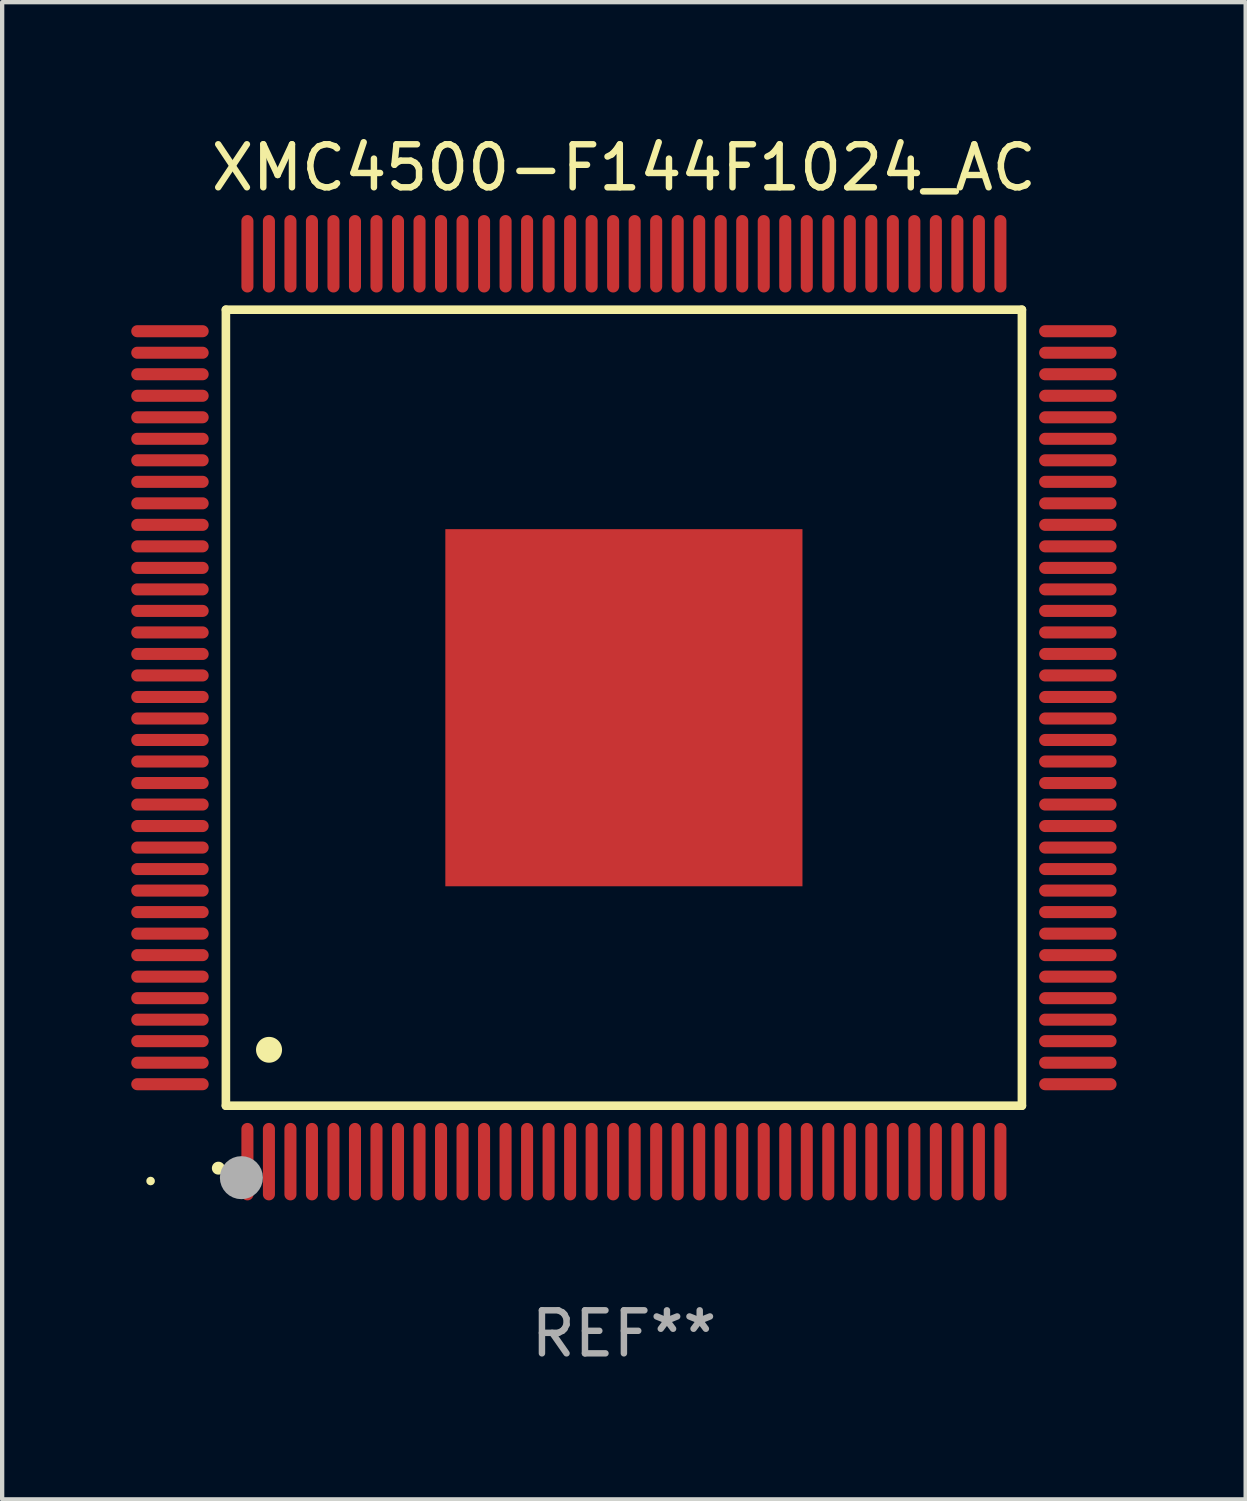
<source format=kicad_pcb>
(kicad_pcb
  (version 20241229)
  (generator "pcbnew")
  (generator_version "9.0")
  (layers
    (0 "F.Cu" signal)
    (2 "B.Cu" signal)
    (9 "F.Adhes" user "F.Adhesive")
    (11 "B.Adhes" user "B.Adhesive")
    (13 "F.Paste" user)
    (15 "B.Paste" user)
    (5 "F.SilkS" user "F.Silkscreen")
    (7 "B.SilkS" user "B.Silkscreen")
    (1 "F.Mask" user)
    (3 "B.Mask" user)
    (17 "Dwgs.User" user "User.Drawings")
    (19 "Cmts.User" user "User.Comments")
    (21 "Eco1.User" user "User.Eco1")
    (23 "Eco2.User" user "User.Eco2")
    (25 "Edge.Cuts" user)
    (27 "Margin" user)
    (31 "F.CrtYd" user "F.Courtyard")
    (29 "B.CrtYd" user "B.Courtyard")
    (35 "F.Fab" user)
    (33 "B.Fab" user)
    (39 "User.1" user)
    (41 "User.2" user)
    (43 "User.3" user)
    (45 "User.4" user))
  (footprint "XMC4500-F144F1024_AC"
    (layer "F.Cu")
    (at 11.45 13.398)
    (property "Reference" "XMC4500-F144F1024_AC" (at 0 -12.55 0) (layer "F.SilkS") (effects (font (size 1 1) (thickness 0.15))))
    (attr through_hole)
    (fp_line (start -9.25 -9.25) (end 9.25 -9.25) (stroke (width 0.2) (type solid)) (layer "F.SilkS"))
    (fp_line (start -9.25 9.25) (end -9.25 -9.25) (stroke (width 0.2) (type solid)) (layer "F.SilkS"))
    (fp_line (start 9.25 -9.25) (end 9.25 9.25) (stroke (width 0.2) (type solid)) (layer "F.SilkS"))
    (fp_line (start 9.25 9.25) (end -9.25 9.25) (stroke (width 0.2) (type solid)) (layer "F.SilkS"))
    (fp_arc (start -9.425959 10.701041) (mid -9.424689 10.701036) (end -9.423419 10.701041) (stroke (width 0.3) (type solid)) (layer "F.SilkS"))
    (fp_arc (start -8.249936 7.950216) (mid -8.247396 7.950205) (end -8.244856 7.950216) (stroke (width 0.6) (type solid)) (layer "F.SilkS"))
    (fp_circle (center -11 11) (end -10.95 11) (stroke (width 0.1) (type solid)) (fill no) (layer "F.SilkS"))
    (fp_circle (center -8.89 10.922) (end -8.64 10.922) (stroke (width 0.5) (type solid)) (fill no) (layer "F.Fab"))
    (fp_text user "REF**" (at 0 14.55 0) (layer "F.Fab") (effects (font (size 1 1) (thickness 0.15))))
    (pad "1" smd oval (at -8.75 10.55) (size 0.28 1.8) (layers "F.Cu" "F.Mask" "F.Paste"))
    (pad "2" smd oval (at -8.25 10.55) (size 0.28 1.8) (layers "F.Cu" "F.Mask" "F.Paste"))
    (pad "3" smd oval (at -7.75 10.55) (size 0.28 1.8) (layers "F.Cu" "F.Mask" "F.Paste"))
    (pad "4" smd oval (at -7.25 10.55) (size 0.28 1.8) (layers "F.Cu" "F.Mask" "F.Paste"))
    (pad "5" smd oval (at -6.75 10.55) (size 0.28 1.8) (layers "F.Cu" "F.Mask" "F.Paste"))
    (pad "6" smd oval (at -6.25 10.55) (size 0.28 1.8) (layers "F.Cu" "F.Mask" "F.Paste"))
    (pad "7" smd oval (at -5.75 10.55) (size 0.28 1.8) (layers "F.Cu" "F.Mask" "F.Paste"))
    (pad "8" smd oval (at -5.25 10.55) (size 0.28 1.8) (layers "F.Cu" "F.Mask" "F.Paste"))
    (pad "9" smd oval (at -4.75 10.55) (size 0.28 1.8) (layers "F.Cu" "F.Mask" "F.Paste"))
    (pad "10" smd oval (at -4.25 10.55) (size 0.28 1.8) (layers "F.Cu" "F.Mask" "F.Paste"))
    (pad "11" smd oval (at -3.75 10.55) (size 0.28 1.8) (layers "F.Cu" "F.Mask" "F.Paste"))
    (pad "12" smd oval (at -3.25 10.55) (size 0.28 1.8) (layers "F.Cu" "F.Mask" "F.Paste"))
    (pad "13" smd oval (at -2.75 10.55) (size 0.28 1.8) (layers "F.Cu" "F.Mask" "F.Paste"))
    (pad "14" smd oval (at -2.25 10.55) (size 0.28 1.8) (layers "F.Cu" "F.Mask" "F.Paste"))
    (pad "15" smd oval (at -1.75 10.55) (size 0.28 1.8) (layers "F.Cu" "F.Mask" "F.Paste"))
    (pad "16" smd oval (at -1.25 10.55) (size 0.28 1.8) (layers "F.Cu" "F.Mask" "F.Paste"))
    (pad "17" smd oval (at -0.75 10.55) (size 0.28 1.8) (layers "F.Cu" "F.Mask" "F.Paste"))
    (pad "18" smd oval (at -0.25 10.55) (size 0.28 1.8) (layers "F.Cu" "F.Mask" "F.Paste"))
    (pad "19" smd oval (at 0.25 10.55) (size 0.28 1.8) (layers "F.Cu" "F.Mask" "F.Paste"))
    (pad "20" smd oval (at 0.75 10.55) (size 0.28 1.8) (layers "F.Cu" "F.Mask" "F.Paste"))
    (pad "21" smd oval (at 1.25 10.55) (size 0.28 1.8) (layers "F.Cu" "F.Mask" "F.Paste"))
    (pad "22" smd oval (at 1.75 10.55) (size 0.28 1.8) (layers "F.Cu" "F.Mask" "F.Paste"))
    (pad "23" smd oval (at 2.25 10.55) (size 0.28 1.8) (layers "F.Cu" "F.Mask" "F.Paste"))
    (pad "24" smd oval (at 2.75 10.55) (size 0.28 1.8) (layers "F.Cu" "F.Mask" "F.Paste"))
    (pad "25" smd oval (at 3.25 10.55) (size 0.28 1.8) (layers "F.Cu" "F.Mask" "F.Paste"))
    (pad "26" smd oval (at 3.75 10.55) (size 0.28 1.8) (layers "F.Cu" "F.Mask" "F.Paste"))
    (pad "27" smd oval (at 4.25 10.55) (size 0.28 1.8) (layers "F.Cu" "F.Mask" "F.Paste"))
    (pad "28" smd oval (at 4.75 10.55) (size 0.28 1.8) (layers "F.Cu" "F.Mask" "F.Paste"))
    (pad "29" smd oval (at 5.25 10.55) (size 0.28 1.8) (layers "F.Cu" "F.Mask" "F.Paste"))
    (pad "30" smd oval (at 5.75 10.55) (size 0.28 1.8) (layers "F.Cu" "F.Mask" "F.Paste"))
    (pad "31" smd oval (at 6.25 10.55) (size 0.28 1.8) (layers "F.Cu" "F.Mask" "F.Paste"))
    (pad "32" smd oval (at 6.75 10.55) (size 0.28 1.8) (layers "F.Cu" "F.Mask" "F.Paste"))
    (pad "33" smd oval (at 7.25 10.55) (size 0.28 1.8) (layers "F.Cu" "F.Mask" "F.Paste"))
    (pad "34" smd oval (at 7.75 10.55) (size 0.28 1.8) (layers "F.Cu" "F.Mask" "F.Paste"))
    (pad "35" smd oval (at 8.25 10.55) (size 0.28 1.8) (layers "F.Cu" "F.Mask" "F.Paste"))
    (pad "36" smd oval (at 8.75 10.55) (size 0.28 1.8) (layers "F.Cu" "F.Mask" "F.Paste"))
    (pad "37" smd oval (at 10.55 8.75) (size 1.8 0.28) (layers "F.Cu" "F.Mask" "F.Paste"))
    (pad "38" smd oval (at 10.55 8.25) (size 1.8 0.28) (layers "F.Cu" "F.Mask" "F.Paste"))
    (pad "39" smd oval (at 10.55 7.75) (size 1.8 0.28) (layers "F.Cu" "F.Mask" "F.Paste"))
    (pad "40" smd oval (at 10.55 7.25) (size 1.8 0.28) (layers "F.Cu" "F.Mask" "F.Paste"))
    (pad "41" smd oval (at 10.55 6.75) (size 1.8 0.28) (layers "F.Cu" "F.Mask" "F.Paste"))
    (pad "42" smd oval (at 10.55 6.25) (size 1.8 0.28) (layers "F.Cu" "F.Mask" "F.Paste"))
    (pad "43" smd oval (at 10.55 5.75) (size 1.8 0.28) (layers "F.Cu" "F.Mask" "F.Paste"))
    (pad "44" smd oval (at 10.55 5.25) (size 1.8 0.28) (layers "F.Cu" "F.Mask" "F.Paste"))
    (pad "45" smd oval (at 10.55 4.75) (size 1.8 0.28) (layers "F.Cu" "F.Mask" "F.Paste"))
    (pad "46" smd oval (at 10.55 4.25) (size 1.8 0.28) (layers "F.Cu" "F.Mask" "F.Paste"))
    (pad "47" smd oval (at 10.55 3.75) (size 1.8 0.28) (layers "F.Cu" "F.Mask" "F.Paste"))
    (pad "48" smd oval (at 10.55 3.25) (size 1.8 0.28) (layers "F.Cu" "F.Mask" "F.Paste"))
    (pad "49" smd oval (at 10.55 2.75) (size 1.8 0.28) (layers "F.Cu" "F.Mask" "F.Paste"))
    (pad "50" smd oval (at 10.55 2.25) (size 1.8 0.28) (layers "F.Cu" "F.Mask" "F.Paste"))
    (pad "51" smd oval (at 10.55 1.75) (size 1.8 0.28) (layers "F.Cu" "F.Mask" "F.Paste"))
    (pad "52" smd oval (at 10.55 1.25) (size 1.8 0.28) (layers "F.Cu" "F.Mask" "F.Paste"))
    (pad "53" smd oval (at 10.55 0.75) (size 1.8 0.28) (layers "F.Cu" "F.Mask" "F.Paste"))
    (pad "54" smd oval (at 10.55 0.25) (size 1.8 0.28) (layers "F.Cu" "F.Mask" "F.Paste"))
    (pad "55" smd oval (at 10.55 -0.25) (size 1.8 0.28) (layers "F.Cu" "F.Mask" "F.Paste"))
    (pad "56" smd oval (at 10.55 -0.75) (size 1.8 0.28) (layers "F.Cu" "F.Mask" "F.Paste"))
    (pad "57" smd oval (at 10.55 -1.25) (size 1.8 0.28) (layers "F.Cu" "F.Mask" "F.Paste"))
    (pad "58" smd oval (at 10.55 -1.75) (size 1.8 0.28) (layers "F.Cu" "F.Mask" "F.Paste"))
    (pad "59" smd oval (at 10.55 -2.25) (size 1.8 0.28) (layers "F.Cu" "F.Mask" "F.Paste"))
    (pad "60" smd oval (at 10.55 -2.75) (size 1.8 0.28) (layers "F.Cu" "F.Mask" "F.Paste"))
    (pad "61" smd oval (at 10.55 -3.25) (size 1.8 0.28) (layers "F.Cu" "F.Mask" "F.Paste"))
    (pad "62" smd oval (at 10.55 -3.75) (size 1.8 0.28) (layers "F.Cu" "F.Mask" "F.Paste"))
    (pad "63" smd oval (at 10.55 -4.25) (size 1.8 0.28) (layers "F.Cu" "F.Mask" "F.Paste"))
    (pad "64" smd oval (at 10.55 -4.75) (size 1.8 0.28) (layers "F.Cu" "F.Mask" "F.Paste"))
    (pad "65" smd oval (at 10.55 -5.25) (size 1.8 0.28) (layers "F.Cu" "F.Mask" "F.Paste"))
    (pad "66" smd oval (at 10.55 -5.75) (size 1.8 0.28) (layers "F.Cu" "F.Mask" "F.Paste"))
    (pad "67" smd oval (at 10.55 -6.25) (size 1.8 0.28) (layers "F.Cu" "F.Mask" "F.Paste"))
    (pad "68" smd oval (at 10.55 -6.75) (size 1.8 0.28) (layers "F.Cu" "F.Mask" "F.Paste"))
    (pad "69" smd oval (at 10.55 -7.25) (size 1.8 0.28) (layers "F.Cu" "F.Mask" "F.Paste"))
    (pad "70" smd oval (at 10.55 -7.75) (size 1.8 0.28) (layers "F.Cu" "F.Mask" "F.Paste"))
    (pad "71" smd oval (at 10.55 -8.25) (size 1.8 0.28) (layers "F.Cu" "F.Mask" "F.Paste"))
    (pad "72" smd oval (at 10.55 -8.75) (size 1.8 0.28) (layers "F.Cu" "F.Mask" "F.Paste"))
    (pad "73" smd oval (at 8.75 -10.55) (size 0.28 1.8) (layers "F.Cu" "F.Mask" "F.Paste"))
    (pad "74" smd oval (at 8.25 -10.55) (size 0.28 1.8) (layers "F.Cu" "F.Mask" "F.Paste"))
    (pad "75" smd oval (at 7.75 -10.55) (size 0.28 1.8) (layers "F.Cu" "F.Mask" "F.Paste"))
    (pad "76" smd oval (at 7.25 -10.55) (size 0.28 1.8) (layers "F.Cu" "F.Mask" "F.Paste"))
    (pad "77" smd oval (at 6.75 -10.55) (size 0.28 1.8) (layers "F.Cu" "F.Mask" "F.Paste"))
    (pad "78" smd oval (at 6.25 -10.55) (size 0.28 1.8) (layers "F.Cu" "F.Mask" "F.Paste"))
    (pad "79" smd oval (at 5.75 -10.55) (size 0.28 1.8) (layers "F.Cu" "F.Mask" "F.Paste"))
    (pad "80" smd oval (at 5.25 -10.55) (size 0.28 1.8) (layers "F.Cu" "F.Mask" "F.Paste"))
    (pad "81" smd oval (at 4.75 -10.55) (size 0.28 1.8) (layers "F.Cu" "F.Mask" "F.Paste"))
    (pad "82" smd oval (at 4.25 -10.55) (size 0.28 1.8) (layers "F.Cu" "F.Mask" "F.Paste"))
    (pad "83" smd oval (at 3.75 -10.55) (size 0.28 1.8) (layers "F.Cu" "F.Mask" "F.Paste"))
    (pad "84" smd oval (at 3.25 -10.55) (size 0.28 1.8) (layers "F.Cu" "F.Mask" "F.Paste"))
    (pad "85" smd oval (at 2.75 -10.55) (size 0.28 1.8) (layers "F.Cu" "F.Mask" "F.Paste"))
    (pad "86" smd oval (at 2.25 -10.55) (size 0.28 1.8) (layers "F.Cu" "F.Mask" "F.Paste"))
    (pad "87" smd oval (at 1.75 -10.55) (size 0.28 1.8) (layers "F.Cu" "F.Mask" "F.Paste"))
    (pad "88" smd oval (at 1.25 -10.55) (size 0.28 1.8) (layers "F.Cu" "F.Mask" "F.Paste"))
    (pad "89" smd oval (at 0.75 -10.55) (size 0.28 1.8) (layers "F.Cu" "F.Mask" "F.Paste"))
    (pad "90" smd oval (at 0.25 -10.55) (size 0.28 1.8) (layers "F.Cu" "F.Mask" "F.Paste"))
    (pad "91" smd oval (at -0.25 -10.55) (size 0.28 1.8) (layers "F.Cu" "F.Mask" "F.Paste"))
    (pad "92" smd oval (at -0.75 -10.55) (size 0.28 1.8) (layers "F.Cu" "F.Mask" "F.Paste"))
    (pad "93" smd oval (at -1.25 -10.55) (size 0.28 1.8) (layers "F.Cu" "F.Mask" "F.Paste"))
    (pad "94" smd oval (at -1.75 -10.55) (size 0.28 1.8) (layers "F.Cu" "F.Mask" "F.Paste"))
    (pad "95" smd oval (at -2.25 -10.55) (size 0.28 1.8) (layers "F.Cu" "F.Mask" "F.Paste"))
    (pad "96" smd oval (at -2.75 -10.55) (size 0.28 1.8) (layers "F.Cu" "F.Mask" "F.Paste"))
    (pad "97" smd oval (at -3.25 -10.55) (size 0.28 1.8) (layers "F.Cu" "F.Mask" "F.Paste"))
    (pad "98" smd oval (at -3.75 -10.55) (size 0.28 1.8) (layers "F.Cu" "F.Mask" "F.Paste"))
    (pad "99" smd oval (at -4.25 -10.55) (size 0.28 1.8) (layers "F.Cu" "F.Mask" "F.Paste"))
    (pad "100" smd oval (at -4.75 -10.55) (size 0.28 1.8) (layers "F.Cu" "F.Mask" "F.Paste"))
    (pad "101" smd oval (at -5.25 -10.55) (size 0.28 1.8) (layers "F.Cu" "F.Mask" "F.Paste"))
    (pad "102" smd oval (at -5.75 -10.55) (size 0.28 1.8) (layers "F.Cu" "F.Mask" "F.Paste"))
    (pad "103" smd oval (at -6.25 -10.55) (size 0.28 1.8) (layers "F.Cu" "F.Mask" "F.Paste"))
    (pad "104" smd oval (at -6.75 -10.55) (size 0.28 1.8) (layers "F.Cu" "F.Mask" "F.Paste"))
    (pad "105" smd oval (at -7.25 -10.55) (size 0.28 1.8) (layers "F.Cu" "F.Mask" "F.Paste"))
    (pad "106" smd oval (at -7.75 -10.55) (size 0.28 1.8) (layers "F.Cu" "F.Mask" "F.Paste"))
    (pad "107" smd oval (at -8.25 -10.55) (size 0.28 1.8) (layers "F.Cu" "F.Mask" "F.Paste"))
    (pad "108" smd oval (at -8.75 -10.55) (size 0.28 1.8) (layers "F.Cu" "F.Mask" "F.Paste"))
    (pad "109" smd oval (at -10.55 -8.75) (size 1.8 0.28) (layers "F.Cu" "F.Mask" "F.Paste"))
    (pad "110" smd oval (at -10.55 -8.25) (size 1.8 0.28) (layers "F.Cu" "F.Mask" "F.Paste"))
    (pad "111" smd oval (at -10.55 -7.75) (size 1.8 0.28) (layers "F.Cu" "F.Mask" "F.Paste"))
    (pad "112" smd oval (at -10.55 -7.25) (size 1.8 0.28) (layers "F.Cu" "F.Mask" "F.Paste"))
    (pad "113" smd oval (at -10.55 -6.75) (size 1.8 0.28) (layers "F.Cu" "F.Mask" "F.Paste"))
    (pad "114" smd oval (at -10.55 -6.25) (size 1.8 0.28) (layers "F.Cu" "F.Mask" "F.Paste"))
    (pad "115" smd oval (at -10.55 -5.75) (size 1.8 0.28) (layers "F.Cu" "F.Mask" "F.Paste"))
    (pad "116" smd oval (at -10.55 -5.25) (size 1.8 0.28) (layers "F.Cu" "F.Mask" "F.Paste"))
    (pad "117" smd oval (at -10.55 -4.75) (size 1.8 0.28) (layers "F.Cu" "F.Mask" "F.Paste"))
    (pad "118" smd oval (at -10.55 -4.25) (size 1.8 0.28) (layers "F.Cu" "F.Mask" "F.Paste"))
    (pad "119" smd oval (at -10.55 -3.75) (size 1.8 0.28) (layers "F.Cu" "F.Mask" "F.Paste"))
    (pad "120" smd oval (at -10.55 -3.25) (size 1.8 0.28) (layers "F.Cu" "F.Mask" "F.Paste"))
    (pad "121" smd oval (at -10.55 -2.75) (size 1.8 0.28) (layers "F.Cu" "F.Mask" "F.Paste"))
    (pad "122" smd oval (at -10.55 -2.25) (size 1.8 0.28) (layers "F.Cu" "F.Mask" "F.Paste"))
    (pad "123" smd oval (at -10.55 -1.75) (size 1.8 0.28) (layers "F.Cu" "F.Mask" "F.Paste"))
    (pad "124" smd oval (at -10.55 -1.25) (size 1.8 0.28) (layers "F.Cu" "F.Mask" "F.Paste"))
    (pad "125" smd oval (at -10.55 -0.75) (size 1.8 0.28) (layers "F.Cu" "F.Mask" "F.Paste"))
    (pad "126" smd oval (at -10.55 -0.25) (size 1.8 0.28) (layers "F.Cu" "F.Mask" "F.Paste"))
    (pad "127" smd oval (at -10.55 0.25) (size 1.8 0.28) (layers "F.Cu" "F.Mask" "F.Paste"))
    (pad "128" smd oval (at -10.55 0.75) (size 1.8 0.28) (layers "F.Cu" "F.Mask" "F.Paste"))
    (pad "129" smd oval (at -10.55 1.25) (size 1.8 0.28) (layers "F.Cu" "F.Mask" "F.Paste"))
    (pad "130" smd oval (at -10.55 1.75) (size 1.8 0.28) (layers "F.Cu" "F.Mask" "F.Paste"))
    (pad "131" smd oval (at -10.55 2.25) (size 1.8 0.28) (layers "F.Cu" "F.Mask" "F.Paste"))
    (pad "132" smd oval (at -10.55 2.75) (size 1.8 0.28) (layers "F.Cu" "F.Mask" "F.Paste"))
    (pad "133" smd oval (at -10.55 3.25) (size 1.8 0.28) (layers "F.Cu" "F.Mask" "F.Paste"))
    (pad "134" smd oval (at -10.55 3.75) (size 1.8 0.28) (layers "F.Cu" "F.Mask" "F.Paste"))
    (pad "135" smd oval (at -10.55 4.25) (size 1.8 0.28) (layers "F.Cu" "F.Mask" "F.Paste"))
    (pad "136" smd oval (at -10.55 4.75) (size 1.8 0.28) (layers "F.Cu" "F.Mask" "F.Paste"))
    (pad "137" smd oval (at -10.55 5.25) (size 1.8 0.28) (layers "F.Cu" "F.Mask" "F.Paste"))
    (pad "138" smd oval (at -10.55 5.75) (size 1.8 0.28) (layers "F.Cu" "F.Mask" "F.Paste"))
    (pad "139" smd oval (at -10.55 6.25) (size 1.8 0.28) (layers "F.Cu" "F.Mask" "F.Paste"))
    (pad "140" smd oval (at -10.55 6.75) (size 1.8 0.28) (layers "F.Cu" "F.Mask" "F.Paste"))
    (pad "141" smd oval (at -10.55 7.25) (size 1.8 0.28) (layers "F.Cu" "F.Mask" "F.Paste"))
    (pad "142" smd oval (at -10.55 7.75) (size 1.8 0.28) (layers "F.Cu" "F.Mask" "F.Paste"))
    (pad "143" smd oval (at -10.55 8.25) (size 1.8 0.28) (layers "F.Cu" "F.Mask" "F.Paste"))
    (pad "144" smd oval (at -10.55 8.75) (size 1.8 0.28) (layers "F.Cu" "F.Mask" "F.Paste"))
    (pad "145" smd rect (at 0 0) (size 8.3 8.3) (layers "F.Cu" "F.Mask" "F.Paste")))
  (gr_rect
    (start -3 -3)
    (end 25.9 31.796)
    (stroke (width 0.1) (type default))
    (fill no)
    (layer "Edge.Cuts")))
</source>
